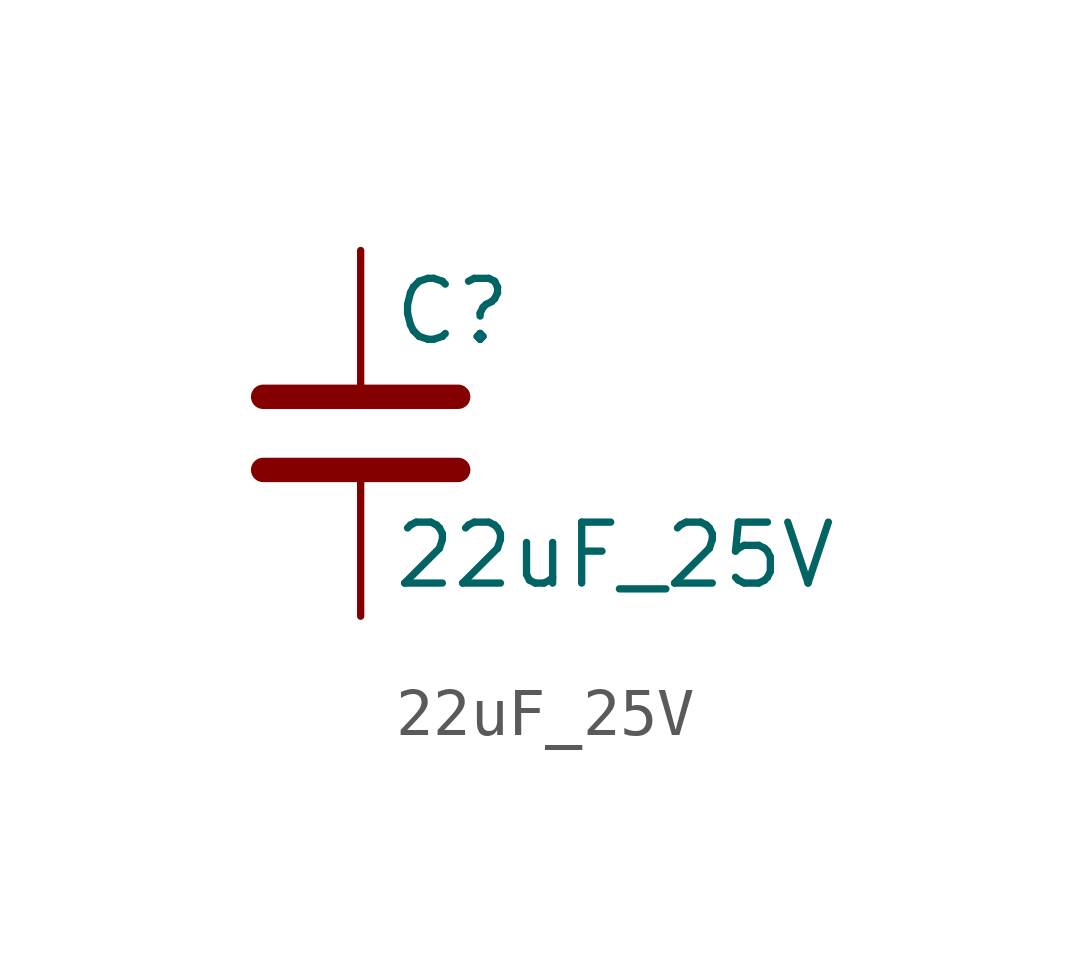
<source format=kicad_sym>
(kicad_symbol_lib
  (version 20220914)
  (generator kicad_db_lib)
  (symbol "22uF_25V"
    (pin_numbers hide)
    (pin_names
      (offset 0.254))
    (property "Reference" "C"
      (at 0.635 2.54 0)
      (effects (font (size 1.27 1.27)) (justify left)))
    (property "Value" "22uF_25V"
      (at 0.635 -2.54 0)
      (effects (font (size 1.27 1.27)) (justify left)))
    (symbol "22uF_25V_0_1"
      (polyline (pts (xy -2.032 -0.762) (xy 2.032 -0.762)) (stroke (width 0.508) (type default)) (fill (type none)))
      (polyline (pts (xy -2.032 0.762) (xy 2.032 0.762)) (stroke (width 0.508) (type default)) (fill (type none))))
    (symbol "22uF_25V_1_1"
      (pin passive line (at 0 3.81 270) (length 2.794) (name "~" (effects (font (size 1.27 1.27)))) (number "1" (effects (font (size 1.27 1.27)))))
      (pin passive line (at 0 -3.81 90) (length 2.794) (name "~" (effects (font (size 1.27 1.27)))) (number "2" (effects (font (size 1.27 1.27))))))))
</source>
